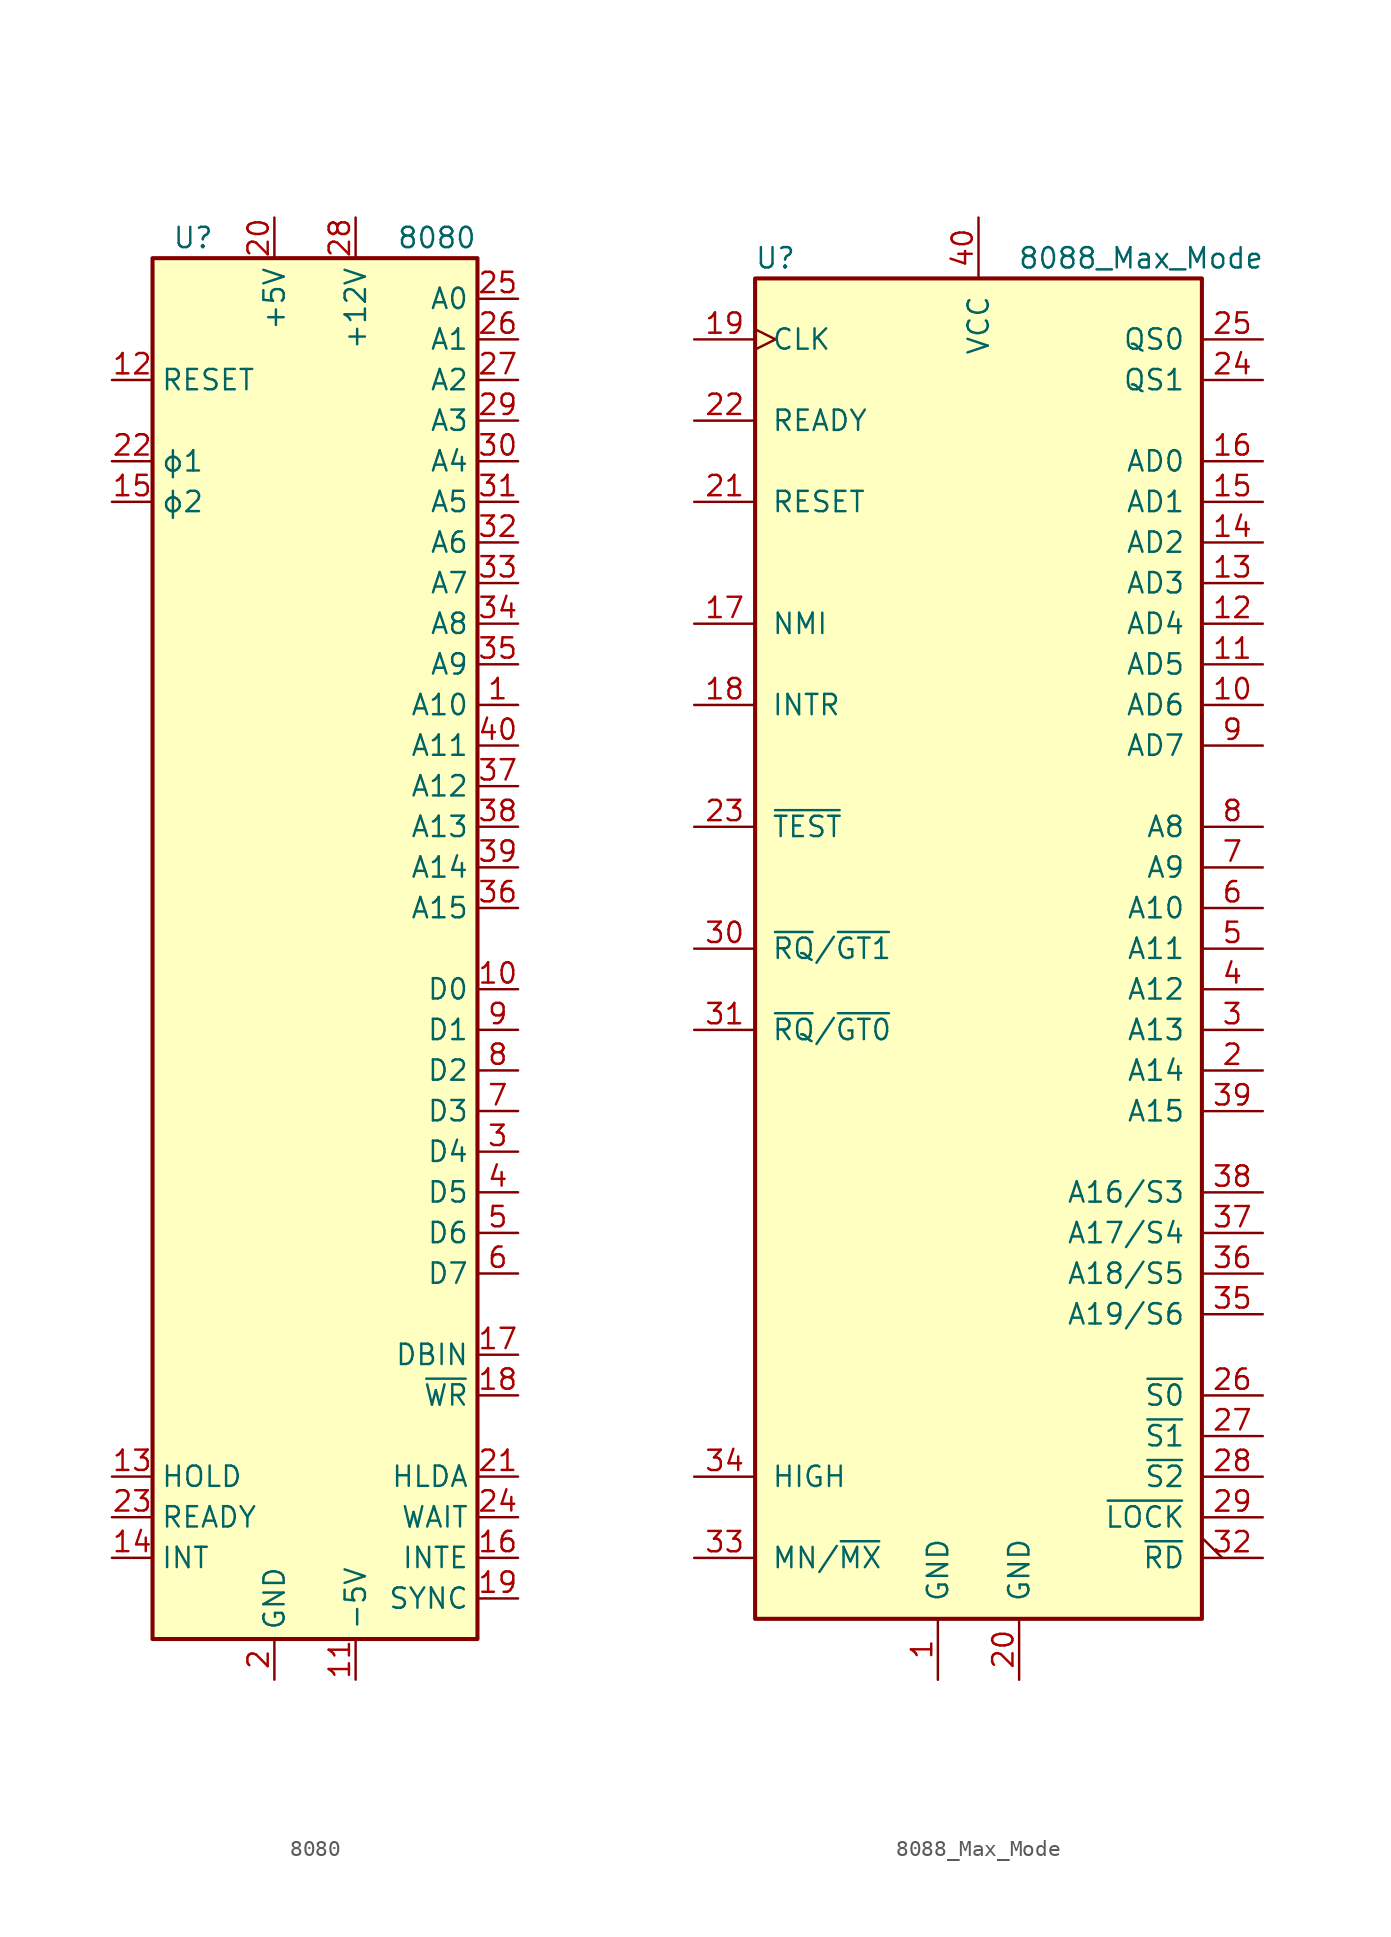
<source format=kicad_sym>
(kicad_symbol_lib
  (version 20241209)
  (generator "kicad_symbol_editor")
  (generator_version "9.0")
  (symbol "8080"
    (property "Reference" "U"
      (at -7.62 44.45 0)
      (effects (font (size 1.27 1.27))))
    (property "Value" "8080"
      (at 7.62 44.45 0)
      (effects (font (size 1.27 1.27))))
    (symbol "8080_0_1"
      (rectangle (start -10.16 43.18) (end 10.16 -43.18) (stroke (width 0.254) (type default)) (fill (type background))))
    (symbol "8080_1_1"
      (pin input line (at -12.7 35.56 0) (length 2.54) (name "RESET" (effects (font (size 1.27 1.27)))) (number "12" (effects (font (size 1.27 1.27)))))
      (pin input line (at -12.7 30.48 0) (length 2.54) (name "ϕ1" (effects (font (size 1.27 1.27)))) (number "22" (effects (font (size 1.27 1.27)))))
      (pin input line (at -12.7 27.94 0) (length 2.54) (name "ϕ2" (effects (font (size 1.27 1.27)))) (number "15" (effects (font (size 1.27 1.27)))))
      (pin input line (at -12.7 -33.02 0) (length 2.54) (name "HOLD" (effects (font (size 1.27 1.27)))) (number "13" (effects (font (size 1.27 1.27)))))
      (pin input line (at -12.7 -35.56 0) (length 2.54) (name "READY" (effects (font (size 1.27 1.27)))) (number "23" (effects (font (size 1.27 1.27)))))
      (pin input line (at -12.7 -38.1 0) (length 2.54) (name "INT" (effects (font (size 1.27 1.27)))) (number "14" (effects (font (size 1.27 1.27)))))
      (pin power_in line (at -2.54 45.72 270) (length 2.54) (name "+5V" (effects (font (size 1.27 1.27)))) (number "20" (effects (font (size 1.27 1.27)))))
      (pin power_in line (at -2.54 -45.72 90) (length 2.54) (name "GND" (effects (font (size 1.27 1.27)))) (number "2" (effects (font (size 1.27 1.27)))))
      (pin power_in line (at 2.54 45.72 270) (length 2.54) (name "+12V" (effects (font (size 1.27 1.27)))) (number "28" (effects (font (size 1.27 1.27)))))
      (pin power_in line (at 2.54 -45.72 90) (length 2.54) (name "-5V" (effects (font (size 1.27 1.27)))) (number "11" (effects (font (size 1.27 1.27)))))
      (pin output line (at 12.7 40.64 180) (length 2.54) (name "A0" (effects (font (size 1.27 1.27)))) (number "25" (effects (font (size 1.27 1.27)))))
      (pin output line (at 12.7 38.1 180) (length 2.54) (name "A1" (effects (font (size 1.27 1.27)))) (number "26" (effects (font (size 1.27 1.27)))))
      (pin output line (at 12.7 35.56 180) (length 2.54) (name "A2" (effects (font (size 1.27 1.27)))) (number "27" (effects (font (size 1.27 1.27)))))
      (pin output line (at 12.7 33.02 180) (length 2.54) (name "A3" (effects (font (size 1.27 1.27)))) (number "29" (effects (font (size 1.27 1.27)))))
      (pin output line (at 12.7 30.48 180) (length 2.54) (name "A4" (effects (font (size 1.27 1.27)))) (number "30" (effects (font (size 1.27 1.27)))))
      (pin output line (at 12.7 27.94 180) (length 2.54) (name "A5" (effects (font (size 1.27 1.27)))) (number "31" (effects (font (size 1.27 1.27)))))
      (pin output line (at 12.7 25.4 180) (length 2.54) (name "A6" (effects (font (size 1.27 1.27)))) (number "32" (effects (font (size 1.27 1.27)))))
      (pin output line (at 12.7 22.86 180) (length 2.54) (name "A7" (effects (font (size 1.27 1.27)))) (number "33" (effects (font (size 1.27 1.27)))))
      (pin output line (at 12.7 20.32 180) (length 2.54) (name "A8" (effects (font (size 1.27 1.27)))) (number "34" (effects (font (size 1.27 1.27)))))
      (pin output line (at 12.7 17.78 180) (length 2.54) (name "A9" (effects (font (size 1.27 1.27)))) (number "35" (effects (font (size 1.27 1.27)))))
      (pin output line (at 12.7 15.24 180) (length 2.54) (name "A10" (effects (font (size 1.27 1.27)))) (number "1" (effects (font (size 1.27 1.27)))))
      (pin output line (at 12.7 12.7 180) (length 2.54) (name "A11" (effects (font (size 1.27 1.27)))) (number "40" (effects (font (size 1.27 1.27)))))
      (pin output line (at 12.7 10.16 180) (length 2.54) (name "A12" (effects (font (size 1.27 1.27)))) (number "37" (effects (font (size 1.27 1.27)))))
      (pin output line (at 12.7 7.62 180) (length 2.54) (name "A13" (effects (font (size 1.27 1.27)))) (number "38" (effects (font (size 1.27 1.27)))))
      (pin output line (at 12.7 5.08 180) (length 2.54) (name "A14" (effects (font (size 1.27 1.27)))) (number "39" (effects (font (size 1.27 1.27)))))
      (pin output line (at 12.7 2.54 180) (length 2.54) (name "A15" (effects (font (size 1.27 1.27)))) (number "36" (effects (font (size 1.27 1.27)))))
      (pin bidirectional line (at 12.7 -2.54 180) (length 2.54) (name "D0" (effects (font (size 1.27 1.27)))) (number "10" (effects (font (size 1.27 1.27)))))
      (pin bidirectional line (at 12.7 -5.08 180) (length 2.54) (name "D1" (effects (font (size 1.27 1.27)))) (number "9" (effects (font (size 1.27 1.27)))))
      (pin bidirectional line (at 12.7 -7.62 180) (length 2.54) (name "D2" (effects (font (size 1.27 1.27)))) (number "8" (effects (font (size 1.27 1.27)))))
      (pin bidirectional line (at 12.7 -10.16 180) (length 2.54) (name "D3" (effects (font (size 1.27 1.27)))) (number "7" (effects (font (size 1.27 1.27)))))
      (pin bidirectional line (at 12.7 -12.7 180) (length 2.54) (name "D4" (effects (font (size 1.27 1.27)))) (number "3" (effects (font (size 1.27 1.27)))))
      (pin bidirectional line (at 12.7 -15.24 180) (length 2.54) (name "D5" (effects (font (size 1.27 1.27)))) (number "4" (effects (font (size 1.27 1.27)))))
      (pin bidirectional line (at 12.7 -17.78 180) (length 2.54) (name "D6" (effects (font (size 1.27 1.27)))) (number "5" (effects (font (size 1.27 1.27)))))
      (pin bidirectional line (at 12.7 -20.32 180) (length 2.54) (name "D7" (effects (font (size 1.27 1.27)))) (number "6" (effects (font (size 1.27 1.27)))))
      (pin output line (at 12.7 -25.4 180) (length 2.54) (name "DBIN" (effects (font (size 1.27 1.27)))) (number "17" (effects (font (size 1.27 1.27)))))
      (pin output line (at 12.7 -27.94 180) (length 2.54) (name "~{WR}" (effects (font (size 1.27 1.27)))) (number "18" (effects (font (size 1.27 1.27)))))
      (pin output line (at 12.7 -33.02 180) (length 2.54) (name "HLDA" (effects (font (size 1.27 1.27)))) (number "21" (effects (font (size 1.27 1.27)))))
      (pin output line (at 12.7 -35.56 180) (length 2.54) (name "WAIT" (effects (font (size 1.27 1.27)))) (number "24" (effects (font (size 1.27 1.27)))))
      (pin output line (at 12.7 -38.1 180) (length 2.54) (name "INTE" (effects (font (size 1.27 1.27)))) (number "16" (effects (font (size 1.27 1.27)))))
      (pin output line (at 12.7 -40.64 180) (length 2.54) (name "SYNC" (effects (font (size 1.27 1.27)))) (number "19" (effects (font (size 1.27 1.27)))))))
  (symbol "8088_Max_Mode"
    (pin_names
      (offset 1.016))
    (property "Reference" "U"
      (at -12.7 43.18 0)
      (effects (font (size 1.27 1.27))))
    (property "Value" "8088_Max_Mode"
      (at 10.16 43.18 0)
      (effects (font (size 1.27 1.27))))
    (symbol "8088_Max_Mode_0_1"
      (rectangle (start 13.97 -41.91) (end -13.97 41.91) (stroke (width 0.254) (type default)) (fill (type background))))
    (symbol "8088_Max_Mode_1_1"
      (pin input clock (at -17.78 38.1 0) (length 3.81) (name "CLK" (effects (font (size 1.27 1.27)))) (number "19" (effects (font (size 1.27 1.27)))))
      (pin input line (at -17.78 33.02 0) (length 3.81) (name "READY" (effects (font (size 1.27 1.27)))) (number "22" (effects (font (size 1.27 1.27)))))
      (pin input line (at -17.78 27.94 0) (length 3.81) (name "RESET" (effects (font (size 1.27 1.27)))) (number "21" (effects (font (size 1.27 1.27)))))
      (pin input line (at -17.78 20.32 0) (length 3.81) (name "NMI" (effects (font (size 1.27 1.27)))) (number "17" (effects (font (size 1.27 1.27)))))
      (pin input line (at -17.78 15.24 0) (length 3.81) (name "INTR" (effects (font (size 1.27 1.27)))) (number "18" (effects (font (size 1.27 1.27)))))
      (pin input line (at -17.78 7.62 0) (length 3.81) (name "~{TEST}" (effects (font (size 1.27 1.27)))) (number "23" (effects (font (size 1.27 1.27)))))
      (pin bidirectional line (at -17.78 0 0) (length 3.81) (name "~{RQ}/~{GT1}" (effects (font (size 1.27 1.27)))) (number "30" (effects (font (size 1.27 1.27)))))
      (pin bidirectional line (at -17.78 -5.08 0) (length 3.81) (name "~{RQ}/~{GT0}" (effects (font (size 1.27 1.27)))) (number "31" (effects (font (size 1.27 1.27)))))
      (pin output line (at -17.78 -33.02 0) (length 3.81) (name "HIGH" (effects (font (size 1.27 1.27)))) (number "34" (effects (font (size 1.27 1.27)))))
      (pin input line (at -17.78 -38.1 0) (length 3.81) (name "MN/~{MX}" (effects (font (size 1.27 1.27)))) (number "33" (effects (font (size 1.27 1.27)))))
      (pin power_in line (at -2.54 -45.72 90) (length 3.81) (name "GND" (effects (font (size 1.27 1.27)))) (number "1" (effects (font (size 1.27 1.27)))))
      (pin power_in line (at 0 45.72 270) (length 3.81) (name "VCC" (effects (font (size 1.27 1.27)))) (number "40" (effects (font (size 1.27 1.27)))))
      (pin power_in line (at 2.54 -45.72 90) (length 3.81) (name "GND" (effects (font (size 1.27 1.27)))) (number "20" (effects (font (size 1.27 1.27)))))
      (pin output line (at 17.78 38.1 180) (length 3.81) (name "QS0" (effects (font (size 1.27 1.27)))) (number "25" (effects (font (size 1.27 1.27)))))
      (pin output line (at 17.78 35.56 180) (length 3.81) (name "QS1" (effects (font (size 1.27 1.27)))) (number "24" (effects (font (size 1.27 1.27)))))
      (pin bidirectional line (at 17.78 30.48 180) (length 3.81) (name "AD0" (effects (font (size 1.27 1.27)))) (number "16" (effects (font (size 1.27 1.27)))))
      (pin bidirectional line (at 17.78 27.94 180) (length 3.81) (name "AD1" (effects (font (size 1.27 1.27)))) (number "15" (effects (font (size 1.27 1.27)))))
      (pin bidirectional line (at 17.78 25.4 180) (length 3.81) (name "AD2" (effects (font (size 1.27 1.27)))) (number "14" (effects (font (size 1.27 1.27)))))
      (pin bidirectional line (at 17.78 22.86 180) (length 3.81) (name "AD3" (effects (font (size 1.27 1.27)))) (number "13" (effects (font (size 1.27 1.27)))))
      (pin bidirectional line (at 17.78 20.32 180) (length 3.81) (name "AD4" (effects (font (size 1.27 1.27)))) (number "12" (effects (font (size 1.27 1.27)))))
      (pin bidirectional line (at 17.78 17.78 180) (length 3.81) (name "AD5" (effects (font (size 1.27 1.27)))) (number "11" (effects (font (size 1.27 1.27)))))
      (pin bidirectional line (at 17.78 15.24 180) (length 3.81) (name "AD6" (effects (font (size 1.27 1.27)))) (number "10" (effects (font (size 1.27 1.27)))))
      (pin bidirectional line (at 17.78 12.7 180) (length 3.81) (name "AD7" (effects (font (size 1.27 1.27)))) (number "9" (effects (font (size 1.27 1.27)))))
      (pin output line (at 17.78 7.62 180) (length 3.81) (name "A8" (effects (font (size 1.27 1.27)))) (number "8" (effects (font (size 1.27 1.27)))))
      (pin output line (at 17.78 5.08 180) (length 3.81) (name "A9" (effects (font (size 1.27 1.27)))) (number "7" (effects (font (size 1.27 1.27)))))
      (pin output line (at 17.78 2.54 180) (length 3.81) (name "A10" (effects (font (size 1.27 1.27)))) (number "6" (effects (font (size 1.27 1.27)))))
      (pin output line (at 17.78 0 180) (length 3.81) (name "A11" (effects (font (size 1.27 1.27)))) (number "5" (effects (font (size 1.27 1.27)))))
      (pin output line (at 17.78 -2.54 180) (length 3.81) (name "A12" (effects (font (size 1.27 1.27)))) (number "4" (effects (font (size 1.27 1.27)))))
      (pin output line (at 17.78 -5.08 180) (length 3.81) (name "A13" (effects (font (size 1.27 1.27)))) (number "3" (effects (font (size 1.27 1.27)))))
      (pin output line (at 17.78 -7.62 180) (length 3.81) (name "A14" (effects (font (size 1.27 1.27)))) (number "2" (effects (font (size 1.27 1.27)))))
      (pin output line (at 17.78 -10.16 180) (length 3.81) (name "A15" (effects (font (size 1.27 1.27)))) (number "39" (effects (font (size 1.27 1.27)))))
      (pin output line (at 17.78 -15.24 180) (length 3.81) (name "A16/S3" (effects (font (size 1.27 1.27)))) (number "38" (effects (font (size 1.27 1.27)))))
      (pin output line (at 17.78 -17.78 180) (length 3.81) (name "A17/S4" (effects (font (size 1.27 1.27)))) (number "37" (effects (font (size 1.27 1.27)))))
      (pin output line (at 17.78 -20.32 180) (length 3.81) (name "A18/S5" (effects (font (size 1.27 1.27)))) (number "36" (effects (font (size 1.27 1.27)))))
      (pin output line (at 17.78 -22.86 180) (length 3.81) (name "A19/S6" (effects (font (size 1.27 1.27)))) (number "35" (effects (font (size 1.27 1.27)))))
      (pin output line (at 17.78 -27.94 180) (length 3.81) (name "~{S0}" (effects (font (size 1.27 1.27)))) (number "26" (effects (font (size 1.27 1.27)))))
      (pin output line (at 17.78 -30.48 180) (length 3.81) (name "~{S1}" (effects (font (size 1.27 1.27)))) (number "27" (effects (font (size 1.27 1.27)))))
      (pin output line (at 17.78 -33.02 180) (length 3.81) (name "~{S2}" (effects (font (size 1.27 1.27)))) (number "28" (effects (font (size 1.27 1.27)))))
      (pin output line (at 17.78 -35.56 180) (length 3.81) (name "~{LOCK}" (effects (font (size 1.27 1.27)))) (number "29" (effects (font (size 1.27 1.27)))))
      (pin output output_low (at 17.78 -38.1 180) (length 3.81) (name "~{RD}" (effects (font (size 1.27 1.27)))) (number "32" (effects (font (size 1.27 1.27))))))))
</source>
